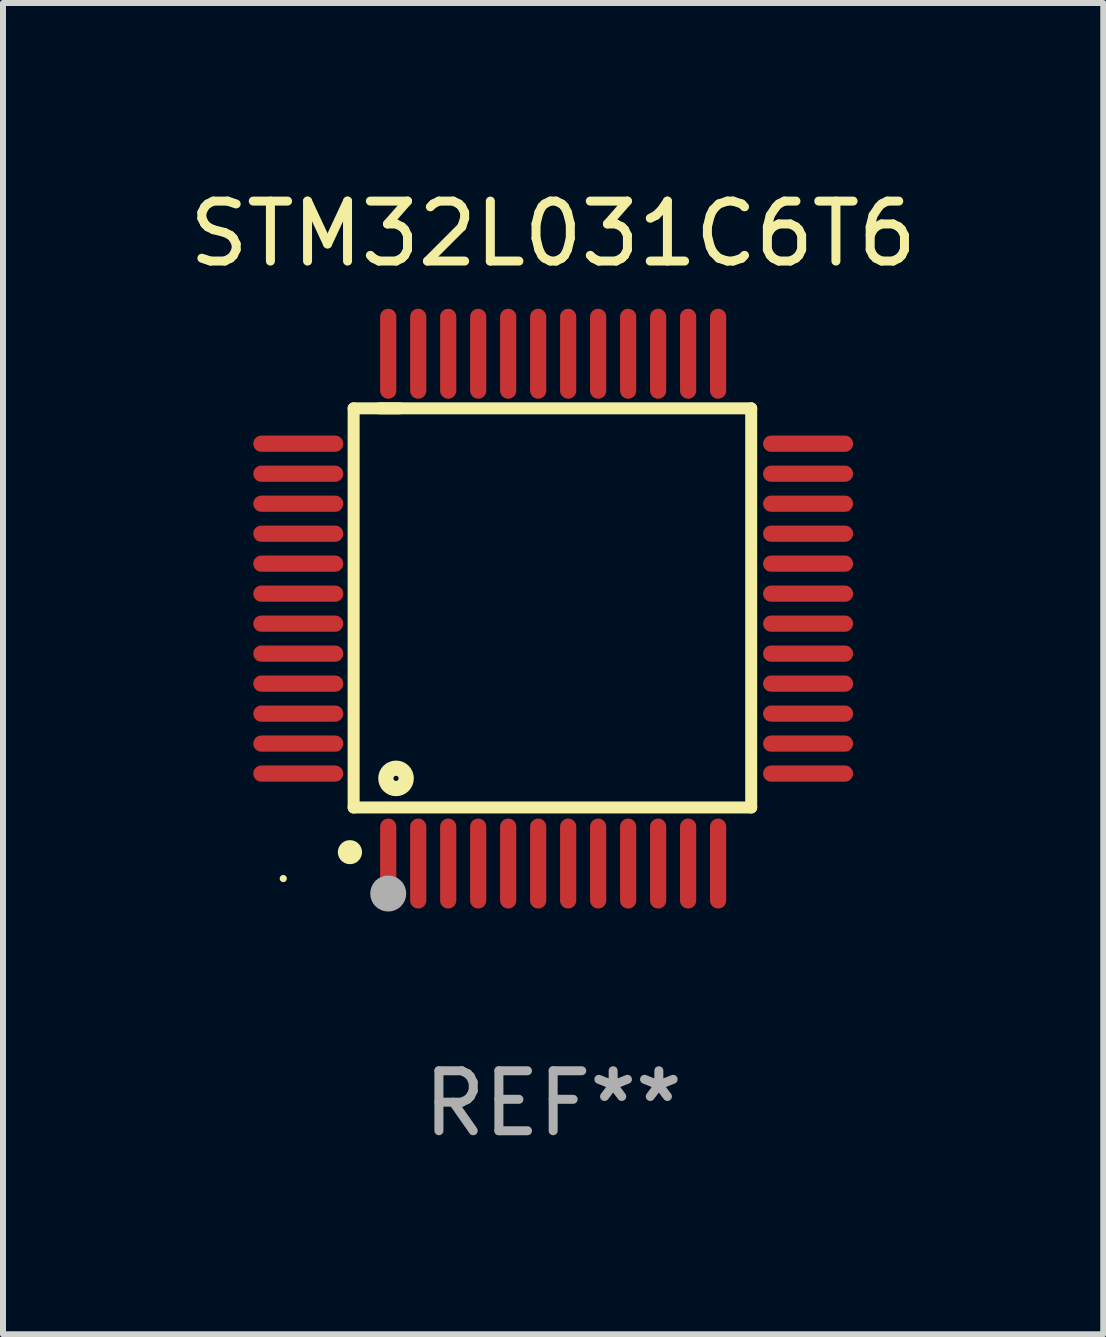
<source format=kicad_pcb>
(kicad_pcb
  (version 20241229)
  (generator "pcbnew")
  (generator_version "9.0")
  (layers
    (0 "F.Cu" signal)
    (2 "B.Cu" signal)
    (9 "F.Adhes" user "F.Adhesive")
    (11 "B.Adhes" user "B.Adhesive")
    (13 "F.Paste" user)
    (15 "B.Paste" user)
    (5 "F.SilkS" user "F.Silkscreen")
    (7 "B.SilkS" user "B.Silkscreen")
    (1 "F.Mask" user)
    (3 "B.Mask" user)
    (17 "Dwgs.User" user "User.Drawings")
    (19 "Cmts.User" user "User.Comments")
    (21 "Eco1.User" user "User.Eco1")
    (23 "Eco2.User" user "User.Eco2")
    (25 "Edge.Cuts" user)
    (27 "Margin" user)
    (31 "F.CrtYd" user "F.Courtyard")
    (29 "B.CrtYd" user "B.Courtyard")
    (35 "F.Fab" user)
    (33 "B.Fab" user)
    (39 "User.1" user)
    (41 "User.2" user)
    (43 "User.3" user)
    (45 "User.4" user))
  (footprint "STM32L031C6T6"
    (layer "F.Cu")
    (at 6.173 7.098)
    (property "Reference" "STM32L031C6T6" (at 0 -6.25 0) (layer "F.SilkS") (effects (font (size 1 1) (thickness 0.15))))
    (attr through_hole)
    (fp_line (start -3.327 -3.34) (end -2.565 -3.34) (stroke (width 0.2) (type solid)) (layer "F.SilkS"))
    (fp_line (start -3.327 3.315) (end -3.327 -3.34) (stroke (width 0.2) (type solid)) (layer "F.SilkS"))
    (fp_line (start -2.896 -3.34) (end 3.302 -3.34) (stroke (width 0.2) (type solid)) (layer "F.SilkS"))
    (fp_line (start 3.302 -3.34) (end 3.302 3.315) (stroke (width 0.2) (type solid)) (layer "F.SilkS"))
    (fp_line (start 3.302 3.315) (end -3.327 3.315) (stroke (width 0.2) (type solid)) (layer "F.SilkS"))
    (fp_arc (start -3.389992 4.059995) (mid -3.388722 4.059991) (end -3.387452 4.059995) (stroke (width 0.4) (type solid)) (layer "F.SilkS"))
    (fp_circle (center -4.5 4.5) (end -4.47 4.5) (stroke (width 0.06) (type solid)) (fill no) (layer "F.SilkS"))
    (fp_circle (center -2.62 2.83) (end -2.45 2.83) (stroke (width 0.254) (type solid)) (fill no) (layer "F.SilkS"))
    (fp_circle (center -2.75 4.75) (end -2.6 4.75) (stroke (width 0.3) (type solid)) (fill no) (layer "F.Fab"))
    (fp_text user "REF**" (at 0 8.25 0) (layer "F.Fab") (effects (font (size 1 1) (thickness 0.15))))
    (pad "1" smd oval (at -2.75 4.25) (size 0.27 1.5) (layers "F.Cu" "F.Mask" "F.Paste"))
    (pad "2" smd oval (at -2.25 4.25) (size 0.27 1.5) (layers "F.Cu" "F.Mask" "F.Paste"))
    (pad "3" smd oval (at -1.75 4.25) (size 0.27 1.5) (layers "F.Cu" "F.Mask" "F.Paste"))
    (pad "4" smd oval (at -1.25 4.25) (size 0.27 1.5) (layers "F.Cu" "F.Mask" "F.Paste"))
    (pad "5" smd oval (at -0.75 4.25) (size 0.27 1.5) (layers "F.Cu" "F.Mask" "F.Paste"))
    (pad "6" smd oval (at -0.25 4.25) (size 0.27 1.5) (layers "F.Cu" "F.Mask" "F.Paste"))
    (pad "7" smd oval (at 0.25 4.25) (size 0.27 1.5) (layers "F.Cu" "F.Mask" "F.Paste"))
    (pad "8" smd oval (at 0.75 4.25) (size 0.27 1.5) (layers "F.Cu" "F.Mask" "F.Paste"))
    (pad "9" smd oval (at 1.25 4.25) (size 0.27 1.5) (layers "F.Cu" "F.Mask" "F.Paste"))
    (pad "10" smd oval (at 1.75 4.25) (size 0.27 1.5) (layers "F.Cu" "F.Mask" "F.Paste"))
    (pad "11" smd oval (at 2.25 4.25) (size 0.27 1.5) (layers "F.Cu" "F.Mask" "F.Paste"))
    (pad "12" smd oval (at 2.75 4.25) (size 0.27 1.5) (layers "F.Cu" "F.Mask" "F.Paste"))
    (pad "13" smd oval (at 4.25 2.75) (size 1.5 0.27) (layers "F.Cu" "F.Mask" "F.Paste"))
    (pad "14" smd oval (at 4.25 2.25) (size 1.5 0.27) (layers "F.Cu" "F.Mask" "F.Paste"))
    (pad "15" smd oval (at 4.25 1.75) (size 1.5 0.27) (layers "F.Cu" "F.Mask" "F.Paste"))
    (pad "16" smd oval (at 4.25 1.25) (size 1.5 0.27) (layers "F.Cu" "F.Mask" "F.Paste"))
    (pad "17" smd oval (at 4.25 0.75) (size 1.5 0.27) (layers "F.Cu" "F.Mask" "F.Paste"))
    (pad "18" smd oval (at 4.25 0.25) (size 1.5 0.27) (layers "F.Cu" "F.Mask" "F.Paste"))
    (pad "19" smd oval (at 4.25 -0.25) (size 1.5 0.27) (layers "F.Cu" "F.Mask" "F.Paste"))
    (pad "20" smd oval (at 4.25 -0.75) (size 1.5 0.27) (layers "F.Cu" "F.Mask" "F.Paste"))
    (pad "21" smd oval (at 4.25 -1.25) (size 1.5 0.27) (layers "F.Cu" "F.Mask" "F.Paste"))
    (pad "22" smd oval (at 4.25 -1.75) (size 1.5 0.27) (layers "F.Cu" "F.Mask" "F.Paste"))
    (pad "23" smd oval (at 4.25 -2.25) (size 1.5 0.27) (layers "F.Cu" "F.Mask" "F.Paste"))
    (pad "24" smd oval (at 4.25 -2.75) (size 1.5 0.27) (layers "F.Cu" "F.Mask" "F.Paste"))
    (pad "25" smd oval (at 2.75 -4.25) (size 0.27 1.5) (layers "F.Cu" "F.Mask" "F.Paste"))
    (pad "26" smd oval (at 2.25 -4.25) (size 0.27 1.5) (layers "F.Cu" "F.Mask" "F.Paste"))
    (pad "27" smd oval (at 1.75 -4.25) (size 0.27 1.5) (layers "F.Cu" "F.Mask" "F.Paste"))
    (pad "28" smd oval (at 1.25 -4.25) (size 0.27 1.5) (layers "F.Cu" "F.Mask" "F.Paste"))
    (pad "29" smd oval (at 0.75 -4.25) (size 0.27 1.5) (layers "F.Cu" "F.Mask" "F.Paste"))
    (pad "30" smd oval (at 0.25 -4.25) (size 0.27 1.5) (layers "F.Cu" "F.Mask" "F.Paste"))
    (pad "31" smd oval (at -0.25 -4.25) (size 0.27 1.5) (layers "F.Cu" "F.Mask" "F.Paste"))
    (pad "32" smd oval (at -0.75 -4.25) (size 0.27 1.5) (layers "F.Cu" "F.Mask" "F.Paste"))
    (pad "33" smd oval (at -1.25 -4.25) (size 0.27 1.5) (layers "F.Cu" "F.Mask" "F.Paste"))
    (pad "34" smd oval (at -1.75 -4.25) (size 0.27 1.5) (layers "F.Cu" "F.Mask" "F.Paste"))
    (pad "35" smd oval (at -2.25 -4.25) (size 0.27 1.5) (layers "F.Cu" "F.Mask" "F.Paste"))
    (pad "36" smd oval (at -2.75 -4.25) (size 0.27 1.5) (layers "F.Cu" "F.Mask" "F.Paste"))
    (pad "37" smd oval (at -4.25 -2.75) (size 1.5 0.27) (layers "F.Cu" "F.Mask" "F.Paste"))
    (pad "38" smd oval (at -4.25 -2.25) (size 1.5 0.27) (layers "F.Cu" "F.Mask" "F.Paste"))
    (pad "39" smd oval (at -4.25 -1.75) (size 1.5 0.27) (layers "F.Cu" "F.Mask" "F.Paste"))
    (pad "40" smd oval (at -4.25 -1.25) (size 1.5 0.27) (layers "F.Cu" "F.Mask" "F.Paste"))
    (pad "41" smd oval (at -4.25 -0.75) (size 1.5 0.27) (layers "F.Cu" "F.Mask" "F.Paste"))
    (pad "42" smd oval (at -4.25 -0.25) (size 1.5 0.27) (layers "F.Cu" "F.Mask" "F.Paste"))
    (pad "43" smd oval (at -4.25 0.25) (size 1.5 0.27) (layers "F.Cu" "F.Mask" "F.Paste"))
    (pad "44" smd oval (at -4.25 0.75) (size 1.5 0.27) (layers "F.Cu" "F.Mask" "F.Paste"))
    (pad "45" smd oval (at -4.25 1.25) (size 1.5 0.27) (layers "F.Cu" "F.Mask" "F.Paste"))
    (pad "46" smd oval (at -4.25 1.75) (size 1.5 0.27) (layers "F.Cu" "F.Mask" "F.Paste"))
    (pad "47" smd oval (at -4.25 2.25) (size 1.5 0.27) (layers "F.Cu" "F.Mask" "F.Paste"))
    (pad "48" smd oval (at -4.25 2.75) (size 1.5 0.27) (layers "F.Cu" "F.Mask" "F.Paste")))
  (gr_rect
    (start -3 -3)
    (end 15.345 19.196)
    (stroke (width 0.1) (type default))
    (fill no)
    (layer "Edge.Cuts")))
</source>
